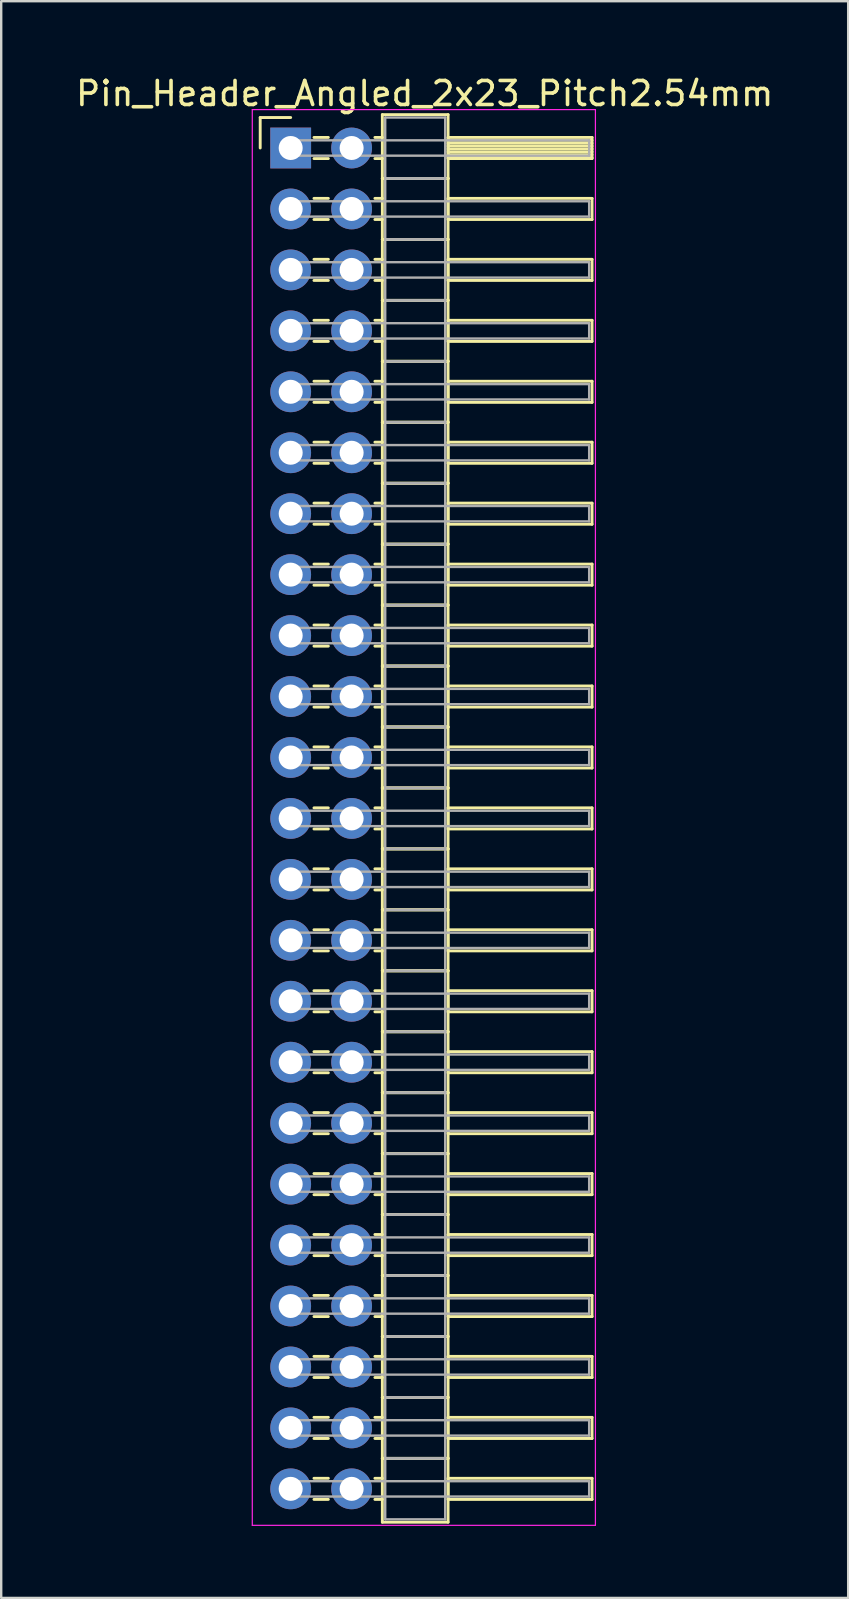
<source format=kicad_pcb>
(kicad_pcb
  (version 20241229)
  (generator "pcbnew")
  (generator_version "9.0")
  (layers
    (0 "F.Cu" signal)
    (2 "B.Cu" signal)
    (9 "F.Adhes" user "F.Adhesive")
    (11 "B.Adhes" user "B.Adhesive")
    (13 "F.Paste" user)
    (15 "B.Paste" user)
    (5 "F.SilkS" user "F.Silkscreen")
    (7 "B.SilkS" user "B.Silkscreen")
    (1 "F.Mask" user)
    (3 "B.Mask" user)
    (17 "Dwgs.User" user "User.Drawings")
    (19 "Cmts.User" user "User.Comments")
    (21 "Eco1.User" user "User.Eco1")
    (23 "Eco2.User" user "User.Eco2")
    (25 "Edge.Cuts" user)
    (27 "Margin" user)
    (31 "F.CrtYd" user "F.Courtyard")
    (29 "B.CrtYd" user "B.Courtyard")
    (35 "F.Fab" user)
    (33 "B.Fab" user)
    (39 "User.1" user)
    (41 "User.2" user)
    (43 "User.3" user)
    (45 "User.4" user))
  (footprint "Pin_Header_Angled_2x23_Pitch2.54mm"
    (layer "F.Cu")
    (at 9.064 3.118)
    (property "Reference" "Pin_Header_Angled_2x23_Pitch2.54mm" (at 5.585 -2.27 0) (layer "F.SilkS") (effects (font (size 1 1) (thickness 0.15))))
    (attr through_hole)
    (fp_line (start -1.27 -1.27) (end 0 -1.27) (stroke (width 0.12) (type solid)) (layer "F.SilkS"))
    (fp_line (start -1.27 0) (end -1.27 -1.27) (stroke (width 0.12) (type solid)) (layer "F.SilkS"))
    (fp_line (start 0.97 -0.44) (end 1.57 -0.44) (stroke (width 0.12) (type solid)) (layer "F.SilkS"))
    (fp_line (start 0.97 0.44) (end 1.57 0.44) (stroke (width 0.12) (type solid)) (layer "F.SilkS"))
    (fp_line (start 0.97 2.1) (end 1.57 2.1) (stroke (width 0.12) (type solid)) (layer "F.SilkS"))
    (fp_line (start 0.97 2.98) (end 1.57 2.98) (stroke (width 0.12) (type solid)) (layer "F.SilkS"))
    (fp_line (start 0.97 4.64) (end 1.57 4.64) (stroke (width 0.12) (type solid)) (layer "F.SilkS"))
    (fp_line (start 0.97 5.52) (end 1.57 5.52) (stroke (width 0.12) (type solid)) (layer "F.SilkS"))
    (fp_line (start 0.97 7.18) (end 1.57 7.18) (stroke (width 0.12) (type solid)) (layer "F.SilkS"))
    (fp_line (start 0.97 8.06) (end 1.57 8.06) (stroke (width 0.12) (type solid)) (layer "F.SilkS"))
    (fp_line (start 0.97 9.72) (end 1.57 9.72) (stroke (width 0.12) (type solid)) (layer "F.SilkS"))
    (fp_line (start 0.97 10.6) (end 1.57 10.6) (stroke (width 0.12) (type solid)) (layer "F.SilkS"))
    (fp_line (start 0.97 12.26) (end 1.57 12.26) (stroke (width 0.12) (type solid)) (layer "F.SilkS"))
    (fp_line (start 0.97 13.14) (end 1.57 13.14) (stroke (width 0.12) (type solid)) (layer "F.SilkS"))
    (fp_line (start 0.97 14.8) (end 1.57 14.8) (stroke (width 0.12) (type solid)) (layer "F.SilkS"))
    (fp_line (start 0.97 15.68) (end 1.57 15.68) (stroke (width 0.12) (type solid)) (layer "F.SilkS"))
    (fp_line (start 0.97 17.34) (end 1.57 17.34) (stroke (width 0.12) (type solid)) (layer "F.SilkS"))
    (fp_line (start 0.97 18.22) (end 1.57 18.22) (stroke (width 0.12) (type solid)) (layer "F.SilkS"))
    (fp_line (start 0.97 19.88) (end 1.57 19.88) (stroke (width 0.12) (type solid)) (layer "F.SilkS"))
    (fp_line (start 0.97 20.76) (end 1.57 20.76) (stroke (width 0.12) (type solid)) (layer "F.SilkS"))
    (fp_line (start 0.97 22.42) (end 1.57 22.42) (stroke (width 0.12) (type solid)) (layer "F.SilkS"))
    (fp_line (start 0.97 23.3) (end 1.57 23.3) (stroke (width 0.12) (type solid)) (layer "F.SilkS"))
    (fp_line (start 0.97 24.96) (end 1.57 24.96) (stroke (width 0.12) (type solid)) (layer "F.SilkS"))
    (fp_line (start 0.97 25.84) (end 1.57 25.84) (stroke (width 0.12) (type solid)) (layer "F.SilkS"))
    (fp_line (start 0.97 27.5) (end 1.57 27.5) (stroke (width 0.12) (type solid)) (layer "F.SilkS"))
    (fp_line (start 0.97 28.38) (end 1.57 28.38) (stroke (width 0.12) (type solid)) (layer "F.SilkS"))
    (fp_line (start 0.97 30.04) (end 1.57 30.04) (stroke (width 0.12) (type solid)) (layer "F.SilkS"))
    (fp_line (start 0.97 30.92) (end 1.57 30.92) (stroke (width 0.12) (type solid)) (layer "F.SilkS"))
    (fp_line (start 0.97 32.58) (end 1.57 32.58) (stroke (width 0.12) (type solid)) (layer "F.SilkS"))
    (fp_line (start 0.97 33.46) (end 1.57 33.46) (stroke (width 0.12) (type solid)) (layer "F.SilkS"))
    (fp_line (start 0.97 35.12) (end 1.57 35.12) (stroke (width 0.12) (type solid)) (layer "F.SilkS"))
    (fp_line (start 0.97 36) (end 1.57 36) (stroke (width 0.12) (type solid)) (layer "F.SilkS"))
    (fp_line (start 0.97 37.66) (end 1.57 37.66) (stroke (width 0.12) (type solid)) (layer "F.SilkS"))
    (fp_line (start 0.97 38.54) (end 1.57 38.54) (stroke (width 0.12) (type solid)) (layer "F.SilkS"))
    (fp_line (start 0.97 40.2) (end 1.57 40.2) (stroke (width 0.12) (type solid)) (layer "F.SilkS"))
    (fp_line (start 0.97 41.08) (end 1.57 41.08) (stroke (width 0.12) (type solid)) (layer "F.SilkS"))
    (fp_line (start 0.97 42.74) (end 1.57 42.74) (stroke (width 0.12) (type solid)) (layer "F.SilkS"))
    (fp_line (start 0.97 43.62) (end 1.57 43.62) (stroke (width 0.12) (type solid)) (layer "F.SilkS"))
    (fp_line (start 0.97 45.28) (end 1.57 45.28) (stroke (width 0.12) (type solid)) (layer "F.SilkS"))
    (fp_line (start 0.97 46.16) (end 1.57 46.16) (stroke (width 0.12) (type solid)) (layer "F.SilkS"))
    (fp_line (start 0.97 47.82) (end 1.57 47.82) (stroke (width 0.12) (type solid)) (layer "F.SilkS"))
    (fp_line (start 0.97 48.7) (end 1.57 48.7) (stroke (width 0.12) (type solid)) (layer "F.SilkS"))
    (fp_line (start 0.97 50.36) (end 1.57 50.36) (stroke (width 0.12) (type solid)) (layer "F.SilkS"))
    (fp_line (start 0.97 51.24) (end 1.57 51.24) (stroke (width 0.12) (type solid)) (layer "F.SilkS"))
    (fp_line (start 0.97 52.9) (end 1.57 52.9) (stroke (width 0.12) (type solid)) (layer "F.SilkS"))
    (fp_line (start 0.97 53.78) (end 1.57 53.78) (stroke (width 0.12) (type solid)) (layer "F.SilkS"))
    (fp_line (start 0.97 55.44) (end 1.57 55.44) (stroke (width 0.12) (type solid)) (layer "F.SilkS"))
    (fp_line (start 0.97 56.32) (end 1.57 56.32) (stroke (width 0.12) (type solid)) (layer "F.SilkS"))
    (fp_line (start 3.51 -0.44) (end 3.82 -0.44) (stroke (width 0.12) (type solid)) (layer "F.SilkS"))
    (fp_line (start 3.51 0.44) (end 3.82 0.44) (stroke (width 0.12) (type solid)) (layer "F.SilkS"))
    (fp_line (start 3.51 2.1) (end 3.82 2.1) (stroke (width 0.12) (type solid)) (layer "F.SilkS"))
    (fp_line (start 3.51 2.98) (end 3.82 2.98) (stroke (width 0.12) (type solid)) (layer "F.SilkS"))
    (fp_line (start 3.51 4.64) (end 3.82 4.64) (stroke (width 0.12) (type solid)) (layer "F.SilkS"))
    (fp_line (start 3.51 5.52) (end 3.82 5.52) (stroke (width 0.12) (type solid)) (layer "F.SilkS"))
    (fp_line (start 3.51 7.18) (end 3.82 7.18) (stroke (width 0.12) (type solid)) (layer "F.SilkS"))
    (fp_line (start 3.51 8.06) (end 3.82 8.06) (stroke (width 0.12) (type solid)) (layer "F.SilkS"))
    (fp_line (start 3.51 9.72) (end 3.82 9.72) (stroke (width 0.12) (type solid)) (layer "F.SilkS"))
    (fp_line (start 3.51 10.6) (end 3.82 10.6) (stroke (width 0.12) (type solid)) (layer "F.SilkS"))
    (fp_line (start 3.51 12.26) (end 3.82 12.26) (stroke (width 0.12) (type solid)) (layer "F.SilkS"))
    (fp_line (start 3.51 13.14) (end 3.82 13.14) (stroke (width 0.12) (type solid)) (layer "F.SilkS"))
    (fp_line (start 3.51 14.8) (end 3.82 14.8) (stroke (width 0.12) (type solid)) (layer "F.SilkS"))
    (fp_line (start 3.51 15.68) (end 3.82 15.68) (stroke (width 0.12) (type solid)) (layer "F.SilkS"))
    (fp_line (start 3.51 17.34) (end 3.82 17.34) (stroke (width 0.12) (type solid)) (layer "F.SilkS"))
    (fp_line (start 3.51 18.22) (end 3.82 18.22) (stroke (width 0.12) (type solid)) (layer "F.SilkS"))
    (fp_line (start 3.51 19.88) (end 3.82 19.88) (stroke (width 0.12) (type solid)) (layer "F.SilkS"))
    (fp_line (start 3.51 20.76) (end 3.82 20.76) (stroke (width 0.12) (type solid)) (layer "F.SilkS"))
    (fp_line (start 3.51 22.42) (end 3.82 22.42) (stroke (width 0.12) (type solid)) (layer "F.SilkS"))
    (fp_line (start 3.51 23.3) (end 3.82 23.3) (stroke (width 0.12) (type solid)) (layer "F.SilkS"))
    (fp_line (start 3.51 24.96) (end 3.82 24.96) (stroke (width 0.12) (type solid)) (layer "F.SilkS"))
    (fp_line (start 3.51 25.84) (end 3.82 25.84) (stroke (width 0.12) (type solid)) (layer "F.SilkS"))
    (fp_line (start 3.51 27.5) (end 3.82 27.5) (stroke (width 0.12) (type solid)) (layer "F.SilkS"))
    (fp_line (start 3.51 28.38) (end 3.82 28.38) (stroke (width 0.12) (type solid)) (layer "F.SilkS"))
    (fp_line (start 3.51 30.04) (end 3.82 30.04) (stroke (width 0.12) (type solid)) (layer "F.SilkS"))
    (fp_line (start 3.51 30.92) (end 3.82 30.92) (stroke (width 0.12) (type solid)) (layer "F.SilkS"))
    (fp_line (start 3.51 32.58) (end 3.82 32.58) (stroke (width 0.12) (type solid)) (layer "F.SilkS"))
    (fp_line (start 3.51 33.46) (end 3.82 33.46) (stroke (width 0.12) (type solid)) (layer "F.SilkS"))
    (fp_line (start 3.51 35.12) (end 3.82 35.12) (stroke (width 0.12) (type solid)) (layer "F.SilkS"))
    (fp_line (start 3.51 36) (end 3.82 36) (stroke (width 0.12) (type solid)) (layer "F.SilkS"))
    (fp_line (start 3.51 37.66) (end 3.82 37.66) (stroke (width 0.12) (type solid)) (layer "F.SilkS"))
    (fp_line (start 3.51 38.54) (end 3.82 38.54) (stroke (width 0.12) (type solid)) (layer "F.SilkS"))
    (fp_line (start 3.51 40.2) (end 3.82 40.2) (stroke (width 0.12) (type solid)) (layer "F.SilkS"))
    (fp_line (start 3.51 41.08) (end 3.82 41.08) (stroke (width 0.12) (type solid)) (layer "F.SilkS"))
    (fp_line (start 3.51 42.74) (end 3.82 42.74) (stroke (width 0.12) (type solid)) (layer "F.SilkS"))
    (fp_line (start 3.51 43.62) (end 3.82 43.62) (stroke (width 0.12) (type solid)) (layer "F.SilkS"))
    (fp_line (start 3.51 45.28) (end 3.82 45.28) (stroke (width 0.12) (type solid)) (layer "F.SilkS"))
    (fp_line (start 3.51 46.16) (end 3.82 46.16) (stroke (width 0.12) (type solid)) (layer "F.SilkS"))
    (fp_line (start 3.51 47.82) (end 3.82 47.82) (stroke (width 0.12) (type solid)) (layer "F.SilkS"))
    (fp_line (start 3.51 48.7) (end 3.82 48.7) (stroke (width 0.12) (type solid)) (layer "F.SilkS"))
    (fp_line (start 3.51 50.36) (end 3.82 50.36) (stroke (width 0.12) (type solid)) (layer "F.SilkS"))
    (fp_line (start 3.51 51.24) (end 3.82 51.24) (stroke (width 0.12) (type solid)) (layer "F.SilkS"))
    (fp_line (start 3.51 52.9) (end 3.82 52.9) (stroke (width 0.12) (type solid)) (layer "F.SilkS"))
    (fp_line (start 3.51 53.78) (end 3.82 53.78) (stroke (width 0.12) (type solid)) (layer "F.SilkS"))
    (fp_line (start 3.51 55.44) (end 3.82 55.44) (stroke (width 0.12) (type solid)) (layer "F.SilkS"))
    (fp_line (start 3.51 56.32) (end 3.82 56.32) (stroke (width 0.12) (type solid)) (layer "F.SilkS"))
    (fp_line (start 3.82 -1.39) (end 3.82 1.27) (stroke (width 0.12) (type solid)) (layer "F.SilkS"))
    (fp_line (start 3.82 1.27) (end 3.82 3.81) (stroke (width 0.12) (type solid)) (layer "F.SilkS"))
    (fp_line (start 3.82 1.27) (end 6.56 1.27) (stroke (width 0.12) (type solid)) (layer "F.SilkS"))
    (fp_line (start 3.82 3.81) (end 3.82 6.35) (stroke (width 0.12) (type solid)) (layer "F.SilkS"))
    (fp_line (start 3.82 3.81) (end 6.56 3.81) (stroke (width 0.12) (type solid)) (layer "F.SilkS"))
    (fp_line (start 3.82 6.35) (end 3.82 8.89) (stroke (width 0.12) (type solid)) (layer "F.SilkS"))
    (fp_line (start 3.82 6.35) (end 6.56 6.35) (stroke (width 0.12) (type solid)) (layer "F.SilkS"))
    (fp_line (start 3.82 8.89) (end 3.82 11.43) (stroke (width 0.12) (type solid)) (layer "F.SilkS"))
    (fp_line (start 3.82 8.89) (end 6.56 8.89) (stroke (width 0.12) (type solid)) (layer "F.SilkS"))
    (fp_line (start 3.82 11.43) (end 3.82 13.97) (stroke (width 0.12) (type solid)) (layer "F.SilkS"))
    (fp_line (start 3.82 11.43) (end 6.56 11.43) (stroke (width 0.12) (type solid)) (layer "F.SilkS"))
    (fp_line (start 3.82 13.97) (end 3.82 16.51) (stroke (width 0.12) (type solid)) (layer "F.SilkS"))
    (fp_line (start 3.82 13.97) (end 6.56 13.97) (stroke (width 0.12) (type solid)) (layer "F.SilkS"))
    (fp_line (start 3.82 16.51) (end 3.82 19.05) (stroke (width 0.12) (type solid)) (layer "F.SilkS"))
    (fp_line (start 3.82 16.51) (end 6.56 16.51) (stroke (width 0.12) (type solid)) (layer "F.SilkS"))
    (fp_line (start 3.82 19.05) (end 3.82 21.59) (stroke (width 0.12) (type solid)) (layer "F.SilkS"))
    (fp_line (start 3.82 19.05) (end 6.56 19.05) (stroke (width 0.12) (type solid)) (layer "F.SilkS"))
    (fp_line (start 3.82 21.59) (end 3.82 24.13) (stroke (width 0.12) (type solid)) (layer "F.SilkS"))
    (fp_line (start 3.82 21.59) (end 6.56 21.59) (stroke (width 0.12) (type solid)) (layer "F.SilkS"))
    (fp_line (start 3.82 24.13) (end 3.82 26.67) (stroke (width 0.12) (type solid)) (layer "F.SilkS"))
    (fp_line (start 3.82 24.13) (end 6.56 24.13) (stroke (width 0.12) (type solid)) (layer "F.SilkS"))
    (fp_line (start 3.82 26.67) (end 3.82 29.21) (stroke (width 0.12) (type solid)) (layer "F.SilkS"))
    (fp_line (start 3.82 26.67) (end 6.56 26.67) (stroke (width 0.12) (type solid)) (layer "F.SilkS"))
    (fp_line (start 3.82 29.21) (end 3.82 31.75) (stroke (width 0.12) (type solid)) (layer "F.SilkS"))
    (fp_line (start 3.82 29.21) (end 6.56 29.21) (stroke (width 0.12) (type solid)) (layer "F.SilkS"))
    (fp_line (start 3.82 31.75) (end 3.82 34.29) (stroke (width 0.12) (type solid)) (layer "F.SilkS"))
    (fp_line (start 3.82 31.75) (end 6.56 31.75) (stroke (width 0.12) (type solid)) (layer "F.SilkS"))
    (fp_line (start 3.82 34.29) (end 3.82 36.83) (stroke (width 0.12) (type solid)) (layer "F.SilkS"))
    (fp_line (start 3.82 34.29) (end 6.56 34.29) (stroke (width 0.12) (type solid)) (layer "F.SilkS"))
    (fp_line (start 3.82 36.83) (end 3.82 39.37) (stroke (width 0.12) (type solid)) (layer "F.SilkS"))
    (fp_line (start 3.82 36.83) (end 6.56 36.83) (stroke (width 0.12) (type solid)) (layer "F.SilkS"))
    (fp_line (start 3.82 39.37) (end 3.82 41.91) (stroke (width 0.12) (type solid)) (layer "F.SilkS"))
    (fp_line (start 3.82 39.37) (end 6.56 39.37) (stroke (width 0.12) (type solid)) (layer "F.SilkS"))
    (fp_line (start 3.82 41.91) (end 3.82 44.45) (stroke (width 0.12) (type solid)) (layer "F.SilkS"))
    (fp_line (start 3.82 41.91) (end 6.56 41.91) (stroke (width 0.12) (type solid)) (layer "F.SilkS"))
    (fp_line (start 3.82 44.45) (end 3.82 46.99) (stroke (width 0.12) (type solid)) (layer "F.SilkS"))
    (fp_line (start 3.82 44.45) (end 6.56 44.45) (stroke (width 0.12) (type solid)) (layer "F.SilkS"))
    (fp_line (start 3.82 46.99) (end 3.82 49.53) (stroke (width 0.12) (type solid)) (layer "F.SilkS"))
    (fp_line (start 3.82 46.99) (end 6.56 46.99) (stroke (width 0.12) (type solid)) (layer "F.SilkS"))
    (fp_line (start 3.82 49.53) (end 3.82 52.07) (stroke (width 0.12) (type solid)) (layer "F.SilkS"))
    (fp_line (start 3.82 49.53) (end 6.56 49.53) (stroke (width 0.12) (type solid)) (layer "F.SilkS"))
    (fp_line (start 3.82 52.07) (end 3.82 54.61) (stroke (width 0.12) (type solid)) (layer "F.SilkS"))
    (fp_line (start 3.82 52.07) (end 6.56 52.07) (stroke (width 0.12) (type solid)) (layer "F.SilkS"))
    (fp_line (start 3.82 54.61) (end 3.82 57.27) (stroke (width 0.12) (type solid)) (layer "F.SilkS"))
    (fp_line (start 3.82 54.61) (end 6.56 54.61) (stroke (width 0.12) (type solid)) (layer "F.SilkS"))
    (fp_line (start 3.82 57.27) (end 6.56 57.27) (stroke (width 0.12) (type solid)) (layer "F.SilkS"))
    (fp_line (start 6.56 -1.39) (end 3.82 -1.39) (stroke (width 0.12) (type solid)) (layer "F.SilkS"))
    (fp_line (start 6.56 -0.44) (end 6.56 0.44) (stroke (width 0.12) (type solid)) (layer "F.SilkS"))
    (fp_line (start 6.56 -0.32) (end 12.56 -0.32) (stroke (width 0.12) (type solid)) (layer "F.SilkS"))
    (fp_line (start 6.56 -0.2) (end 12.56 -0.2) (stroke (width 0.12) (type solid)) (layer "F.SilkS"))
    (fp_line (start 6.56 -0.08) (end 12.56 -0.08) (stroke (width 0.12) (type solid)) (layer "F.SilkS"))
    (fp_line (start 6.56 0.04) (end 12.56 0.04) (stroke (width 0.12) (type solid)) (layer "F.SilkS"))
    (fp_line (start 6.56 0.16) (end 12.56 0.16) (stroke (width 0.12) (type solid)) (layer "F.SilkS"))
    (fp_line (start 6.56 0.28) (end 12.56 0.28) (stroke (width 0.12) (type solid)) (layer "F.SilkS"))
    (fp_line (start 6.56 0.4) (end 12.56 0.4) (stroke (width 0.12) (type solid)) (layer "F.SilkS"))
    (fp_line (start 6.56 0.44) (end 12.56 0.44) (stroke (width 0.12) (type solid)) (layer "F.SilkS"))
    (fp_line (start 6.56 1.27) (end 3.82 1.27) (stroke (width 0.12) (type solid)) (layer "F.SilkS"))
    (fp_line (start 6.56 1.27) (end 6.56 -1.39) (stroke (width 0.12) (type solid)) (layer "F.SilkS"))
    (fp_line (start 6.56 2.1) (end 6.56 2.98) (stroke (width 0.12) (type solid)) (layer "F.SilkS"))
    (fp_line (start 6.56 2.98) (end 12.56 2.98) (stroke (width 0.12) (type solid)) (layer "F.SilkS"))
    (fp_line (start 6.56 3.81) (end 3.82 3.81) (stroke (width 0.12) (type solid)) (layer "F.SilkS"))
    (fp_line (start 6.56 3.81) (end 6.56 1.27) (stroke (width 0.12) (type solid)) (layer "F.SilkS"))
    (fp_line (start 6.56 4.64) (end 6.56 5.52) (stroke (width 0.12) (type solid)) (layer "F.SilkS"))
    (fp_line (start 6.56 5.52) (end 12.56 5.52) (stroke (width 0.12) (type solid)) (layer "F.SilkS"))
    (fp_line (start 6.56 6.35) (end 3.82 6.35) (stroke (width 0.12) (type solid)) (layer "F.SilkS"))
    (fp_line (start 6.56 6.35) (end 6.56 3.81) (stroke (width 0.12) (type solid)) (layer "F.SilkS"))
    (fp_line (start 6.56 7.18) (end 6.56 8.06) (stroke (width 0.12) (type solid)) (layer "F.SilkS"))
    (fp_line (start 6.56 8.06) (end 12.56 8.06) (stroke (width 0.12) (type solid)) (layer "F.SilkS"))
    (fp_line (start 6.56 8.89) (end 3.82 8.89) (stroke (width 0.12) (type solid)) (layer "F.SilkS"))
    (fp_line (start 6.56 8.89) (end 6.56 6.35) (stroke (width 0.12) (type solid)) (layer "F.SilkS"))
    (fp_line (start 6.56 9.72) (end 6.56 10.6) (stroke (width 0.12) (type solid)) (layer "F.SilkS"))
    (fp_line (start 6.56 10.6) (end 12.56 10.6) (stroke (width 0.12) (type solid)) (layer "F.SilkS"))
    (fp_line (start 6.56 11.43) (end 3.82 11.43) (stroke (width 0.12) (type solid)) (layer "F.SilkS"))
    (fp_line (start 6.56 11.43) (end 6.56 8.89) (stroke (width 0.12) (type solid)) (layer "F.SilkS"))
    (fp_line (start 6.56 12.26) (end 6.56 13.14) (stroke (width 0.12) (type solid)) (layer "F.SilkS"))
    (fp_line (start 6.56 13.14) (end 12.56 13.14) (stroke (width 0.12) (type solid)) (layer "F.SilkS"))
    (fp_line (start 6.56 13.97) (end 3.82 13.97) (stroke (width 0.12) (type solid)) (layer "F.SilkS"))
    (fp_line (start 6.56 13.97) (end 6.56 11.43) (stroke (width 0.12) (type solid)) (layer "F.SilkS"))
    (fp_line (start 6.56 14.8) (end 6.56 15.68) (stroke (width 0.12) (type solid)) (layer "F.SilkS"))
    (fp_line (start 6.56 15.68) (end 12.56 15.68) (stroke (width 0.12) (type solid)) (layer "F.SilkS"))
    (fp_line (start 6.56 16.51) (end 3.82 16.51) (stroke (width 0.12) (type solid)) (layer "F.SilkS"))
    (fp_line (start 6.56 16.51) (end 6.56 13.97) (stroke (width 0.12) (type solid)) (layer "F.SilkS"))
    (fp_line (start 6.56 17.34) (end 6.56 18.22) (stroke (width 0.12) (type solid)) (layer "F.SilkS"))
    (fp_line (start 6.56 18.22) (end 12.56 18.22) (stroke (width 0.12) (type solid)) (layer "F.SilkS"))
    (fp_line (start 6.56 19.05) (end 3.82 19.05) (stroke (width 0.12) (type solid)) (layer "F.SilkS"))
    (fp_line (start 6.56 19.05) (end 6.56 16.51) (stroke (width 0.12) (type solid)) (layer "F.SilkS"))
    (fp_line (start 6.56 19.88) (end 6.56 20.76) (stroke (width 0.12) (type solid)) (layer "F.SilkS"))
    (fp_line (start 6.56 20.76) (end 12.56 20.76) (stroke (width 0.12) (type solid)) (layer "F.SilkS"))
    (fp_line (start 6.56 21.59) (end 3.82 21.59) (stroke (width 0.12) (type solid)) (layer "F.SilkS"))
    (fp_line (start 6.56 21.59) (end 6.56 19.05) (stroke (width 0.12) (type solid)) (layer "F.SilkS"))
    (fp_line (start 6.56 22.42) (end 6.56 23.3) (stroke (width 0.12) (type solid)) (layer "F.SilkS"))
    (fp_line (start 6.56 23.3) (end 12.56 23.3) (stroke (width 0.12) (type solid)) (layer "F.SilkS"))
    (fp_line (start 6.56 24.13) (end 3.82 24.13) (stroke (width 0.12) (type solid)) (layer "F.SilkS"))
    (fp_line (start 6.56 24.13) (end 6.56 21.59) (stroke (width 0.12) (type solid)) (layer "F.SilkS"))
    (fp_line (start 6.56 24.96) (end 6.56 25.84) (stroke (width 0.12) (type solid)) (layer "F.SilkS"))
    (fp_line (start 6.56 25.84) (end 12.56 25.84) (stroke (width 0.12) (type solid)) (layer "F.SilkS"))
    (fp_line (start 6.56 26.67) (end 3.82 26.67) (stroke (width 0.12) (type solid)) (layer "F.SilkS"))
    (fp_line (start 6.56 26.67) (end 6.56 24.13) (stroke (width 0.12) (type solid)) (layer "F.SilkS"))
    (fp_line (start 6.56 27.5) (end 6.56 28.38) (stroke (width 0.12) (type solid)) (layer "F.SilkS"))
    (fp_line (start 6.56 28.38) (end 12.56 28.38) (stroke (width 0.12) (type solid)) (layer "F.SilkS"))
    (fp_line (start 6.56 29.21) (end 3.82 29.21) (stroke (width 0.12) (type solid)) (layer "F.SilkS"))
    (fp_line (start 6.56 29.21) (end 6.56 26.67) (stroke (width 0.12) (type solid)) (layer "F.SilkS"))
    (fp_line (start 6.56 30.04) (end 6.56 30.92) (stroke (width 0.12) (type solid)) (layer "F.SilkS"))
    (fp_line (start 6.56 30.92) (end 12.56 30.92) (stroke (width 0.12) (type solid)) (layer "F.SilkS"))
    (fp_line (start 6.56 31.75) (end 3.82 31.75) (stroke (width 0.12) (type solid)) (layer "F.SilkS"))
    (fp_line (start 6.56 31.75) (end 6.56 29.21) (stroke (width 0.12) (type solid)) (layer "F.SilkS"))
    (fp_line (start 6.56 32.58) (end 6.56 33.46) (stroke (width 0.12) (type solid)) (layer "F.SilkS"))
    (fp_line (start 6.56 33.46) (end 12.56 33.46) (stroke (width 0.12) (type solid)) (layer "F.SilkS"))
    (fp_line (start 6.56 34.29) (end 3.82 34.29) (stroke (width 0.12) (type solid)) (layer "F.SilkS"))
    (fp_line (start 6.56 34.29) (end 6.56 31.75) (stroke (width 0.12) (type solid)) (layer "F.SilkS"))
    (fp_line (start 6.56 35.12) (end 6.56 36) (stroke (width 0.12) (type solid)) (layer "F.SilkS"))
    (fp_line (start 6.56 36) (end 12.56 36) (stroke (width 0.12) (type solid)) (layer "F.SilkS"))
    (fp_line (start 6.56 36.83) (end 3.82 36.83) (stroke (width 0.12) (type solid)) (layer "F.SilkS"))
    (fp_line (start 6.56 36.83) (end 6.56 34.29) (stroke (width 0.12) (type solid)) (layer "F.SilkS"))
    (fp_line (start 6.56 37.66) (end 6.56 38.54) (stroke (width 0.12) (type solid)) (layer "F.SilkS"))
    (fp_line (start 6.56 38.54) (end 12.56 38.54) (stroke (width 0.12) (type solid)) (layer "F.SilkS"))
    (fp_line (start 6.56 39.37) (end 3.82 39.37) (stroke (width 0.12) (type solid)) (layer "F.SilkS"))
    (fp_line (start 6.56 39.37) (end 6.56 36.83) (stroke (width 0.12) (type solid)) (layer "F.SilkS"))
    (fp_line (start 6.56 40.2) (end 6.56 41.08) (stroke (width 0.12) (type solid)) (layer "F.SilkS"))
    (fp_line (start 6.56 41.08) (end 12.56 41.08) (stroke (width 0.12) (type solid)) (layer "F.SilkS"))
    (fp_line (start 6.56 41.91) (end 3.82 41.91) (stroke (width 0.12) (type solid)) (layer "F.SilkS"))
    (fp_line (start 6.56 41.91) (end 6.56 39.37) (stroke (width 0.12) (type solid)) (layer "F.SilkS"))
    (fp_line (start 6.56 42.74) (end 6.56 43.62) (stroke (width 0.12) (type solid)) (layer "F.SilkS"))
    (fp_line (start 6.56 43.62) (end 12.56 43.62) (stroke (width 0.12) (type solid)) (layer "F.SilkS"))
    (fp_line (start 6.56 44.45) (end 3.82 44.45) (stroke (width 0.12) (type solid)) (layer "F.SilkS"))
    (fp_line (start 6.56 44.45) (end 6.56 41.91) (stroke (width 0.12) (type solid)) (layer "F.SilkS"))
    (fp_line (start 6.56 45.28) (end 6.56 46.16) (stroke (width 0.12) (type solid)) (layer "F.SilkS"))
    (fp_line (start 6.56 46.16) (end 12.56 46.16) (stroke (width 0.12) (type solid)) (layer "F.SilkS"))
    (fp_line (start 6.56 46.99) (end 3.82 46.99) (stroke (width 0.12) (type solid)) (layer "F.SilkS"))
    (fp_line (start 6.56 46.99) (end 6.56 44.45) (stroke (width 0.12) (type solid)) (layer "F.SilkS"))
    (fp_line (start 6.56 47.82) (end 6.56 48.7) (stroke (width 0.12) (type solid)) (layer "F.SilkS"))
    (fp_line (start 6.56 48.7) (end 12.56 48.7) (stroke (width 0.12) (type solid)) (layer "F.SilkS"))
    (fp_line (start 6.56 49.53) (end 3.82 49.53) (stroke (width 0.12) (type solid)) (layer "F.SilkS"))
    (fp_line (start 6.56 49.53) (end 6.56 46.99) (stroke (width 0.12) (type solid)) (layer "F.SilkS"))
    (fp_line (start 6.56 50.36) (end 6.56 51.24) (stroke (width 0.12) (type solid)) (layer "F.SilkS"))
    (fp_line (start 6.56 51.24) (end 12.56 51.24) (stroke (width 0.12) (type solid)) (layer "F.SilkS"))
    (fp_line (start 6.56 52.07) (end 3.82 52.07) (stroke (width 0.12) (type solid)) (layer "F.SilkS"))
    (fp_line (start 6.56 52.07) (end 6.56 49.53) (stroke (width 0.12) (type solid)) (layer "F.SilkS"))
    (fp_line (start 6.56 52.9) (end 6.56 53.78) (stroke (width 0.12) (type solid)) (layer "F.SilkS"))
    (fp_line (start 6.56 53.78) (end 12.56 53.78) (stroke (width 0.12) (type solid)) (layer "F.SilkS"))
    (fp_line (start 6.56 54.61) (end 3.82 54.61) (stroke (width 0.12) (type solid)) (layer "F.SilkS"))
    (fp_line (start 6.56 54.61) (end 6.56 52.07) (stroke (width 0.12) (type solid)) (layer "F.SilkS"))
    (fp_line (start 6.56 55.44) (end 6.56 56.32) (stroke (width 0.12) (type solid)) (layer "F.SilkS"))
    (fp_line (start 6.56 56.32) (end 12.56 56.32) (stroke (width 0.12) (type solid)) (layer "F.SilkS"))
    (fp_line (start 6.56 57.27) (end 6.56 54.61) (stroke (width 0.12) (type solid)) (layer "F.SilkS"))
    (fp_line (start 12.56 -0.44) (end 6.56 -0.44) (stroke (width 0.12) (type solid)) (layer "F.SilkS"))
    (fp_line (start 12.56 0.44) (end 12.56 -0.44) (stroke (width 0.12) (type solid)) (layer "F.SilkS"))
    (fp_line (start 12.56 2.1) (end 6.56 2.1) (stroke (width 0.12) (type solid)) (layer "F.SilkS"))
    (fp_line (start 12.56 2.98) (end 12.56 2.1) (stroke (width 0.12) (type solid)) (layer "F.SilkS"))
    (fp_line (start 12.56 4.64) (end 6.56 4.64) (stroke (width 0.12) (type solid)) (layer "F.SilkS"))
    (fp_line (start 12.56 5.52) (end 12.56 4.64) (stroke (width 0.12) (type solid)) (layer "F.SilkS"))
    (fp_line (start 12.56 7.18) (end 6.56 7.18) (stroke (width 0.12) (type solid)) (layer "F.SilkS"))
    (fp_line (start 12.56 8.06) (end 12.56 7.18) (stroke (width 0.12) (type solid)) (layer "F.SilkS"))
    (fp_line (start 12.56 9.72) (end 6.56 9.72) (stroke (width 0.12) (type solid)) (layer "F.SilkS"))
    (fp_line (start 12.56 10.6) (end 12.56 9.72) (stroke (width 0.12) (type solid)) (layer "F.SilkS"))
    (fp_line (start 12.56 12.26) (end 6.56 12.26) (stroke (width 0.12) (type solid)) (layer "F.SilkS"))
    (fp_line (start 12.56 13.14) (end 12.56 12.26) (stroke (width 0.12) (type solid)) (layer "F.SilkS"))
    (fp_line (start 12.56 14.8) (end 6.56 14.8) (stroke (width 0.12) (type solid)) (layer "F.SilkS"))
    (fp_line (start 12.56 15.68) (end 12.56 14.8) (stroke (width 0.12) (type solid)) (layer "F.SilkS"))
    (fp_line (start 12.56 17.34) (end 6.56 17.34) (stroke (width 0.12) (type solid)) (layer "F.SilkS"))
    (fp_line (start 12.56 18.22) (end 12.56 17.34) (stroke (width 0.12) (type solid)) (layer "F.SilkS"))
    (fp_line (start 12.56 19.88) (end 6.56 19.88) (stroke (width 0.12) (type solid)) (layer "F.SilkS"))
    (fp_line (start 12.56 20.76) (end 12.56 19.88) (stroke (width 0.12) (type solid)) (layer "F.SilkS"))
    (fp_line (start 12.56 22.42) (end 6.56 22.42) (stroke (width 0.12) (type solid)) (layer "F.SilkS"))
    (fp_line (start 12.56 23.3) (end 12.56 22.42) (stroke (width 0.12) (type solid)) (layer "F.SilkS"))
    (fp_line (start 12.56 24.96) (end 6.56 24.96) (stroke (width 0.12) (type solid)) (layer "F.SilkS"))
    (fp_line (start 12.56 25.84) (end 12.56 24.96) (stroke (width 0.12) (type solid)) (layer "F.SilkS"))
    (fp_line (start 12.56 27.5) (end 6.56 27.5) (stroke (width 0.12) (type solid)) (layer "F.SilkS"))
    (fp_line (start 12.56 28.38) (end 12.56 27.5) (stroke (width 0.12) (type solid)) (layer "F.SilkS"))
    (fp_line (start 12.56 30.04) (end 6.56 30.04) (stroke (width 0.12) (type solid)) (layer "F.SilkS"))
    (fp_line (start 12.56 30.92) (end 12.56 30.04) (stroke (width 0.12) (type solid)) (layer "F.SilkS"))
    (fp_line (start 12.56 32.58) (end 6.56 32.58) (stroke (width 0.12) (type solid)) (layer "F.SilkS"))
    (fp_line (start 12.56 33.46) (end 12.56 32.58) (stroke (width 0.12) (type solid)) (layer "F.SilkS"))
    (fp_line (start 12.56 35.12) (end 6.56 35.12) (stroke (width 0.12) (type solid)) (layer "F.SilkS"))
    (fp_line (start 12.56 36) (end 12.56 35.12) (stroke (width 0.12) (type solid)) (layer "F.SilkS"))
    (fp_line (start 12.56 37.66) (end 6.56 37.66) (stroke (width 0.12) (type solid)) (layer "F.SilkS"))
    (fp_line (start 12.56 38.54) (end 12.56 37.66) (stroke (width 0.12) (type solid)) (layer "F.SilkS"))
    (fp_line (start 12.56 40.2) (end 6.56 40.2) (stroke (width 0.12) (type solid)) (layer "F.SilkS"))
    (fp_line (start 12.56 41.08) (end 12.56 40.2) (stroke (width 0.12) (type solid)) (layer "F.SilkS"))
    (fp_line (start 12.56 42.74) (end 6.56 42.74) (stroke (width 0.12) (type solid)) (layer "F.SilkS"))
    (fp_line (start 12.56 43.62) (end 12.56 42.74) (stroke (width 0.12) (type solid)) (layer "F.SilkS"))
    (fp_line (start 12.56 45.28) (end 6.56 45.28) (stroke (width 0.12) (type solid)) (layer "F.SilkS"))
    (fp_line (start 12.56 46.16) (end 12.56 45.28) (stroke (width 0.12) (type solid)) (layer "F.SilkS"))
    (fp_line (start 12.56 47.82) (end 6.56 47.82) (stroke (width 0.12) (type solid)) (layer "F.SilkS"))
    (fp_line (start 12.56 48.7) (end 12.56 47.82) (stroke (width 0.12) (type solid)) (layer "F.SilkS"))
    (fp_line (start 12.56 50.36) (end 6.56 50.36) (stroke (width 0.12) (type solid)) (layer "F.SilkS"))
    (fp_line (start 12.56 51.24) (end 12.56 50.36) (stroke (width 0.12) (type solid)) (layer "F.SilkS"))
    (fp_line (start 12.56 52.9) (end 6.56 52.9) (stroke (width 0.12) (type solid)) (layer "F.SilkS"))
    (fp_line (start 12.56 53.78) (end 12.56 52.9) (stroke (width 0.12) (type solid)) (layer "F.SilkS"))
    (fp_line (start 12.56 55.44) (end 6.56 55.44) (stroke (width 0.12) (type solid)) (layer "F.SilkS"))
    (fp_line (start 12.56 56.32) (end 12.56 55.44) (stroke (width 0.12) (type solid)) (layer "F.SilkS"))
    (fp_line (start -1.6 -1.6) (end -1.6 57.4) (stroke (width 0.05) (type solid)) (layer "F.CrtYd"))
    (fp_line (start -1.6 57.4) (end 12.7 57.4) (stroke (width 0.05) (type solid)) (layer "F.CrtYd"))
    (fp_line (start 12.7 -1.6) (end -1.6 -1.6) (stroke (width 0.05) (type solid)) (layer "F.CrtYd"))
    (fp_line (start 12.7 57.4) (end 12.7 -1.6) (stroke (width 0.05) (type solid)) (layer "F.CrtYd"))
    (fp_line (start 0 -0.32) (end 0 0.32) (stroke (width 0.1) (type solid)) (layer "F.Fab"))
    (fp_line (start 0 0.32) (end 12.44 0.32) (stroke (width 0.1) (type solid)) (layer "F.Fab"))
    (fp_line (start 0 2.22) (end 0 2.86) (stroke (width 0.1) (type solid)) (layer "F.Fab"))
    (fp_line (start 0 2.86) (end 12.44 2.86) (stroke (width 0.1) (type solid)) (layer "F.Fab"))
    (fp_line (start 0 4.76) (end 0 5.4) (stroke (width 0.1) (type solid)) (layer "F.Fab"))
    (fp_line (start 0 5.4) (end 12.44 5.4) (stroke (width 0.1) (type solid)) (layer "F.Fab"))
    (fp_line (start 0 7.3) (end 0 7.94) (stroke (width 0.1) (type solid)) (layer "F.Fab"))
    (fp_line (start 0 7.94) (end 12.44 7.94) (stroke (width 0.1) (type solid)) (layer "F.Fab"))
    (fp_line (start 0 9.84) (end 0 10.48) (stroke (width 0.1) (type solid)) (layer "F.Fab"))
    (fp_line (start 0 10.48) (end 12.44 10.48) (stroke (width 0.1) (type solid)) (layer "F.Fab"))
    (fp_line (start 0 12.38) (end 0 13.02) (stroke (width 0.1) (type solid)) (layer "F.Fab"))
    (fp_line (start 0 13.02) (end 12.44 13.02) (stroke (width 0.1) (type solid)) (layer "F.Fab"))
    (fp_line (start 0 14.92) (end 0 15.56) (stroke (width 0.1) (type solid)) (layer "F.Fab"))
    (fp_line (start 0 15.56) (end 12.44 15.56) (stroke (width 0.1) (type solid)) (layer "F.Fab"))
    (fp_line (start 0 17.46) (end 0 18.1) (stroke (width 0.1) (type solid)) (layer "F.Fab"))
    (fp_line (start 0 18.1) (end 12.44 18.1) (stroke (width 0.1) (type solid)) (layer "F.Fab"))
    (fp_line (start 0 20) (end 0 20.64) (stroke (width 0.1) (type solid)) (layer "F.Fab"))
    (fp_line (start 0 20.64) (end 12.44 20.64) (stroke (width 0.1) (type solid)) (layer "F.Fab"))
    (fp_line (start 0 22.54) (end 0 23.18) (stroke (width 0.1) (type solid)) (layer "F.Fab"))
    (fp_line (start 0 23.18) (end 12.44 23.18) (stroke (width 0.1) (type solid)) (layer "F.Fab"))
    (fp_line (start 0 25.08) (end 0 25.72) (stroke (width 0.1) (type solid)) (layer "F.Fab"))
    (fp_line (start 0 25.72) (end 12.44 25.72) (stroke (width 0.1) (type solid)) (layer "F.Fab"))
    (fp_line (start 0 27.62) (end 0 28.26) (stroke (width 0.1) (type solid)) (layer "F.Fab"))
    (fp_line (start 0 28.26) (end 12.44 28.26) (stroke (width 0.1) (type solid)) (layer "F.Fab"))
    (fp_line (start 0 30.16) (end 0 30.8) (stroke (width 0.1) (type solid)) (layer "F.Fab"))
    (fp_line (start 0 30.8) (end 12.44 30.8) (stroke (width 0.1) (type solid)) (layer "F.Fab"))
    (fp_line (start 0 32.7) (end 0 33.34) (stroke (width 0.1) (type solid)) (layer "F.Fab"))
    (fp_line (start 0 33.34) (end 12.44 33.34) (stroke (width 0.1) (type solid)) (layer "F.Fab"))
    (fp_line (start 0 35.24) (end 0 35.88) (stroke (width 0.1) (type solid)) (layer "F.Fab"))
    (fp_line (start 0 35.88) (end 12.44 35.88) (stroke (width 0.1) (type solid)) (layer "F.Fab"))
    (fp_line (start 0 37.78) (end 0 38.42) (stroke (width 0.1) (type solid)) (layer "F.Fab"))
    (fp_line (start 0 38.42) (end 12.44 38.42) (stroke (width 0.1) (type solid)) (layer "F.Fab"))
    (fp_line (start 0 40.32) (end 0 40.96) (stroke (width 0.1) (type solid)) (layer "F.Fab"))
    (fp_line (start 0 40.96) (end 12.44 40.96) (stroke (width 0.1) (type solid)) (layer "F.Fab"))
    (fp_line (start 0 42.86) (end 0 43.5) (stroke (width 0.1) (type solid)) (layer "F.Fab"))
    (fp_line (start 0 43.5) (end 12.44 43.5) (stroke (width 0.1) (type solid)) (layer "F.Fab"))
    (fp_line (start 0 45.4) (end 0 46.04) (stroke (width 0.1) (type solid)) (layer "F.Fab"))
    (fp_line (start 0 46.04) (end 12.44 46.04) (stroke (width 0.1) (type solid)) (layer "F.Fab"))
    (fp_line (start 0 47.94) (end 0 48.58) (stroke (width 0.1) (type solid)) (layer "F.Fab"))
    (fp_line (start 0 48.58) (end 12.44 48.58) (stroke (width 0.1) (type solid)) (layer "F.Fab"))
    (fp_line (start 0 50.48) (end 0 51.12) (stroke (width 0.1) (type solid)) (layer "F.Fab"))
    (fp_line (start 0 51.12) (end 12.44 51.12) (stroke (width 0.1) (type solid)) (layer "F.Fab"))
    (fp_line (start 0 53.02) (end 0 53.66) (stroke (width 0.1) (type solid)) (layer "F.Fab"))
    (fp_line (start 0 53.66) (end 12.44 53.66) (stroke (width 0.1) (type solid)) (layer "F.Fab"))
    (fp_line (start 0 55.56) (end 0 56.2) (stroke (width 0.1) (type solid)) (layer "F.Fab"))
    (fp_line (start 0 56.2) (end 12.44 56.2) (stroke (width 0.1) (type solid)) (layer "F.Fab"))
    (fp_line (start 3.94 -1.27) (end 3.94 1.27) (stroke (width 0.1) (type solid)) (layer "F.Fab"))
    (fp_line (start 3.94 1.27) (end 3.94 3.81) (stroke (width 0.1) (type solid)) (layer "F.Fab"))
    (fp_line (start 3.94 1.27) (end 6.44 1.27) (stroke (width 0.1) (type solid)) (layer "F.Fab"))
    (fp_line (start 3.94 3.81) (end 3.94 6.35) (stroke (width 0.1) (type solid)) (layer "F.Fab"))
    (fp_line (start 3.94 3.81) (end 6.44 3.81) (stroke (width 0.1) (type solid)) (layer "F.Fab"))
    (fp_line (start 3.94 6.35) (end 3.94 8.89) (stroke (width 0.1) (type solid)) (layer "F.Fab"))
    (fp_line (start 3.94 6.35) (end 6.44 6.35) (stroke (width 0.1) (type solid)) (layer "F.Fab"))
    (fp_line (start 3.94 8.89) (end 3.94 11.43) (stroke (width 0.1) (type solid)) (layer "F.Fab"))
    (fp_line (start 3.94 8.89) (end 6.44 8.89) (stroke (width 0.1) (type solid)) (layer "F.Fab"))
    (fp_line (start 3.94 11.43) (end 3.94 13.97) (stroke (width 0.1) (type solid)) (layer "F.Fab"))
    (fp_line (start 3.94 11.43) (end 6.44 11.43) (stroke (width 0.1) (type solid)) (layer "F.Fab"))
    (fp_line (start 3.94 13.97) (end 3.94 16.51) (stroke (width 0.1) (type solid)) (layer "F.Fab"))
    (fp_line (start 3.94 13.97) (end 6.44 13.97) (stroke (width 0.1) (type solid)) (layer "F.Fab"))
    (fp_line (start 3.94 16.51) (end 3.94 19.05) (stroke (width 0.1) (type solid)) (layer "F.Fab"))
    (fp_line (start 3.94 16.51) (end 6.44 16.51) (stroke (width 0.1) (type solid)) (layer "F.Fab"))
    (fp_line (start 3.94 19.05) (end 3.94 21.59) (stroke (width 0.1) (type solid)) (layer "F.Fab"))
    (fp_line (start 3.94 19.05) (end 6.44 19.05) (stroke (width 0.1) (type solid)) (layer "F.Fab"))
    (fp_line (start 3.94 21.59) (end 3.94 24.13) (stroke (width 0.1) (type solid)) (layer "F.Fab"))
    (fp_line (start 3.94 21.59) (end 6.44 21.59) (stroke (width 0.1) (type solid)) (layer "F.Fab"))
    (fp_line (start 3.94 24.13) (end 3.94 26.67) (stroke (width 0.1) (type solid)) (layer "F.Fab"))
    (fp_line (start 3.94 24.13) (end 6.44 24.13) (stroke (width 0.1) (type solid)) (layer "F.Fab"))
    (fp_line (start 3.94 26.67) (end 3.94 29.21) (stroke (width 0.1) (type solid)) (layer "F.Fab"))
    (fp_line (start 3.94 26.67) (end 6.44 26.67) (stroke (width 0.1) (type solid)) (layer "F.Fab"))
    (fp_line (start 3.94 29.21) (end 3.94 31.75) (stroke (width 0.1) (type solid)) (layer "F.Fab"))
    (fp_line (start 3.94 29.21) (end 6.44 29.21) (stroke (width 0.1) (type solid)) (layer "F.Fab"))
    (fp_line (start 3.94 31.75) (end 3.94 34.29) (stroke (width 0.1) (type solid)) (layer "F.Fab"))
    (fp_line (start 3.94 31.75) (end 6.44 31.75) (stroke (width 0.1) (type solid)) (layer "F.Fab"))
    (fp_line (start 3.94 34.29) (end 3.94 36.83) (stroke (width 0.1) (type solid)) (layer "F.Fab"))
    (fp_line (start 3.94 34.29) (end 6.44 34.29) (stroke (width 0.1) (type solid)) (layer "F.Fab"))
    (fp_line (start 3.94 36.83) (end 3.94 39.37) (stroke (width 0.1) (type solid)) (layer "F.Fab"))
    (fp_line (start 3.94 36.83) (end 6.44 36.83) (stroke (width 0.1) (type solid)) (layer "F.Fab"))
    (fp_line (start 3.94 39.37) (end 3.94 41.91) (stroke (width 0.1) (type solid)) (layer "F.Fab"))
    (fp_line (start 3.94 39.37) (end 6.44 39.37) (stroke (width 0.1) (type solid)) (layer "F.Fab"))
    (fp_line (start 3.94 41.91) (end 3.94 44.45) (stroke (width 0.1) (type solid)) (layer "F.Fab"))
    (fp_line (start 3.94 41.91) (end 6.44 41.91) (stroke (width 0.1) (type solid)) (layer "F.Fab"))
    (fp_line (start 3.94 44.45) (end 3.94 46.99) (stroke (width 0.1) (type solid)) (layer "F.Fab"))
    (fp_line (start 3.94 44.45) (end 6.44 44.45) (stroke (width 0.1) (type solid)) (layer "F.Fab"))
    (fp_line (start 3.94 46.99) (end 3.94 49.53) (stroke (width 0.1) (type solid)) (layer "F.Fab"))
    (fp_line (start 3.94 46.99) (end 6.44 46.99) (stroke (width 0.1) (type solid)) (layer "F.Fab"))
    (fp_line (start 3.94 49.53) (end 3.94 52.07) (stroke (width 0.1) (type solid)) (layer "F.Fab"))
    (fp_line (start 3.94 49.53) (end 6.44 49.53) (stroke (width 0.1) (type solid)) (layer "F.Fab"))
    (fp_line (start 3.94 52.07) (end 3.94 54.61) (stroke (width 0.1) (type solid)) (layer "F.Fab"))
    (fp_line (start 3.94 52.07) (end 6.44 52.07) (stroke (width 0.1) (type solid)) (layer "F.Fab"))
    (fp_line (start 3.94 54.61) (end 3.94 57.15) (stroke (width 0.1) (type solid)) (layer "F.Fab"))
    (fp_line (start 3.94 54.61) (end 6.44 54.61) (stroke (width 0.1) (type solid)) (layer "F.Fab"))
    (fp_line (start 3.94 57.15) (end 6.44 57.15) (stroke (width 0.1) (type solid)) (layer "F.Fab"))
    (fp_line (start 6.44 -1.27) (end 3.94 -1.27) (stroke (width 0.1) (type solid)) (layer "F.Fab"))
    (fp_line (start 6.44 1.27) (end 3.94 1.27) (stroke (width 0.1) (type solid)) (layer "F.Fab"))
    (fp_line (start 6.44 1.27) (end 6.44 -1.27) (stroke (width 0.1) (type solid)) (layer "F.Fab"))
    (fp_line (start 6.44 3.81) (end 3.94 3.81) (stroke (width 0.1) (type solid)) (layer "F.Fab"))
    (fp_line (start 6.44 3.81) (end 6.44 1.27) (stroke (width 0.1) (type solid)) (layer "F.Fab"))
    (fp_line (start 6.44 6.35) (end 3.94 6.35) (stroke (width 0.1) (type solid)) (layer "F.Fab"))
    (fp_line (start 6.44 6.35) (end 6.44 3.81) (stroke (width 0.1) (type solid)) (layer "F.Fab"))
    (fp_line (start 6.44 8.89) (end 3.94 8.89) (stroke (width 0.1) (type solid)) (layer "F.Fab"))
    (fp_line (start 6.44 8.89) (end 6.44 6.35) (stroke (width 0.1) (type solid)) (layer "F.Fab"))
    (fp_line (start 6.44 11.43) (end 3.94 11.43) (stroke (width 0.1) (type solid)) (layer "F.Fab"))
    (fp_line (start 6.44 11.43) (end 6.44 8.89) (stroke (width 0.1) (type solid)) (layer "F.Fab"))
    (fp_line (start 6.44 13.97) (end 3.94 13.97) (stroke (width 0.1) (type solid)) (layer "F.Fab"))
    (fp_line (start 6.44 13.97) (end 6.44 11.43) (stroke (width 0.1) (type solid)) (layer "F.Fab"))
    (fp_line (start 6.44 16.51) (end 3.94 16.51) (stroke (width 0.1) (type solid)) (layer "F.Fab"))
    (fp_line (start 6.44 16.51) (end 6.44 13.97) (stroke (width 0.1) (type solid)) (layer "F.Fab"))
    (fp_line (start 6.44 19.05) (end 3.94 19.05) (stroke (width 0.1) (type solid)) (layer "F.Fab"))
    (fp_line (start 6.44 19.05) (end 6.44 16.51) (stroke (width 0.1) (type solid)) (layer "F.Fab"))
    (fp_line (start 6.44 21.59) (end 3.94 21.59) (stroke (width 0.1) (type solid)) (layer "F.Fab"))
    (fp_line (start 6.44 21.59) (end 6.44 19.05) (stroke (width 0.1) (type solid)) (layer "F.Fab"))
    (fp_line (start 6.44 24.13) (end 3.94 24.13) (stroke (width 0.1) (type solid)) (layer "F.Fab"))
    (fp_line (start 6.44 24.13) (end 6.44 21.59) (stroke (width 0.1) (type solid)) (layer "F.Fab"))
    (fp_line (start 6.44 26.67) (end 3.94 26.67) (stroke (width 0.1) (type solid)) (layer "F.Fab"))
    (fp_line (start 6.44 26.67) (end 6.44 24.13) (stroke (width 0.1) (type solid)) (layer "F.Fab"))
    (fp_line (start 6.44 29.21) (end 3.94 29.21) (stroke (width 0.1) (type solid)) (layer "F.Fab"))
    (fp_line (start 6.44 29.21) (end 6.44 26.67) (stroke (width 0.1) (type solid)) (layer "F.Fab"))
    (fp_line (start 6.44 31.75) (end 3.94 31.75) (stroke (width 0.1) (type solid)) (layer "F.Fab"))
    (fp_line (start 6.44 31.75) (end 6.44 29.21) (stroke (width 0.1) (type solid)) (layer "F.Fab"))
    (fp_line (start 6.44 34.29) (end 3.94 34.29) (stroke (width 0.1) (type solid)) (layer "F.Fab"))
    (fp_line (start 6.44 34.29) (end 6.44 31.75) (stroke (width 0.1) (type solid)) (layer "F.Fab"))
    (fp_line (start 6.44 36.83) (end 3.94 36.83) (stroke (width 0.1) (type solid)) (layer "F.Fab"))
    (fp_line (start 6.44 36.83) (end 6.44 34.29) (stroke (width 0.1) (type solid)) (layer "F.Fab"))
    (fp_line (start 6.44 39.37) (end 3.94 39.37) (stroke (width 0.1) (type solid)) (layer "F.Fab"))
    (fp_line (start 6.44 39.37) (end 6.44 36.83) (stroke (width 0.1) (type solid)) (layer "F.Fab"))
    (fp_line (start 6.44 41.91) (end 3.94 41.91) (stroke (width 0.1) (type solid)) (layer "F.Fab"))
    (fp_line (start 6.44 41.91) (end 6.44 39.37) (stroke (width 0.1) (type solid)) (layer "F.Fab"))
    (fp_line (start 6.44 44.45) (end 3.94 44.45) (stroke (width 0.1) (type solid)) (layer "F.Fab"))
    (fp_line (start 6.44 44.45) (end 6.44 41.91) (stroke (width 0.1) (type solid)) (layer "F.Fab"))
    (fp_line (start 6.44 46.99) (end 3.94 46.99) (stroke (width 0.1) (type solid)) (layer "F.Fab"))
    (fp_line (start 6.44 46.99) (end 6.44 44.45) (stroke (width 0.1) (type solid)) (layer "F.Fab"))
    (fp_line (start 6.44 49.53) (end 3.94 49.53) (stroke (width 0.1) (type solid)) (layer "F.Fab"))
    (fp_line (start 6.44 49.53) (end 6.44 46.99) (stroke (width 0.1) (type solid)) (layer "F.Fab"))
    (fp_line (start 6.44 52.07) (end 3.94 52.07) (stroke (width 0.1) (type solid)) (layer "F.Fab"))
    (fp_line (start 6.44 52.07) (end 6.44 49.53) (stroke (width 0.1) (type solid)) (layer "F.Fab"))
    (fp_line (start 6.44 54.61) (end 3.94 54.61) (stroke (width 0.1) (type solid)) (layer "F.Fab"))
    (fp_line (start 6.44 54.61) (end 6.44 52.07) (stroke (width 0.1) (type solid)) (layer "F.Fab"))
    (fp_line (start 6.44 57.15) (end 6.44 54.61) (stroke (width 0.1) (type solid)) (layer "F.Fab"))
    (fp_line (start 12.44 -0.32) (end 0 -0.32) (stroke (width 0.1) (type solid)) (layer "F.Fab"))
    (fp_line (start 12.44 0.32) (end 12.44 -0.32) (stroke (width 0.1) (type solid)) (layer "F.Fab"))
    (fp_line (start 12.44 2.22) (end 0 2.22) (stroke (width 0.1) (type solid)) (layer "F.Fab"))
    (fp_line (start 12.44 2.86) (end 12.44 2.22) (stroke (width 0.1) (type solid)) (layer "F.Fab"))
    (fp_line (start 12.44 4.76) (end 0 4.76) (stroke (width 0.1) (type solid)) (layer "F.Fab"))
    (fp_line (start 12.44 5.4) (end 12.44 4.76) (stroke (width 0.1) (type solid)) (layer "F.Fab"))
    (fp_line (start 12.44 7.3) (end 0 7.3) (stroke (width 0.1) (type solid)) (layer "F.Fab"))
    (fp_line (start 12.44 7.94) (end 12.44 7.3) (stroke (width 0.1) (type solid)) (layer "F.Fab"))
    (fp_line (start 12.44 9.84) (end 0 9.84) (stroke (width 0.1) (type solid)) (layer "F.Fab"))
    (fp_line (start 12.44 10.48) (end 12.44 9.84) (stroke (width 0.1) (type solid)) (layer "F.Fab"))
    (fp_line (start 12.44 12.38) (end 0 12.38) (stroke (width 0.1) (type solid)) (layer "F.Fab"))
    (fp_line (start 12.44 13.02) (end 12.44 12.38) (stroke (width 0.1) (type solid)) (layer "F.Fab"))
    (fp_line (start 12.44 14.92) (end 0 14.92) (stroke (width 0.1) (type solid)) (layer "F.Fab"))
    (fp_line (start 12.44 15.56) (end 12.44 14.92) (stroke (width 0.1) (type solid)) (layer "F.Fab"))
    (fp_line (start 12.44 17.46) (end 0 17.46) (stroke (width 0.1) (type solid)) (layer "F.Fab"))
    (fp_line (start 12.44 18.1) (end 12.44 17.46) (stroke (width 0.1) (type solid)) (layer "F.Fab"))
    (fp_line (start 12.44 20) (end 0 20) (stroke (width 0.1) (type solid)) (layer "F.Fab"))
    (fp_line (start 12.44 20.64) (end 12.44 20) (stroke (width 0.1) (type solid)) (layer "F.Fab"))
    (fp_line (start 12.44 22.54) (end 0 22.54) (stroke (width 0.1) (type solid)) (layer "F.Fab"))
    (fp_line (start 12.44 23.18) (end 12.44 22.54) (stroke (width 0.1) (type solid)) (layer "F.Fab"))
    (fp_line (start 12.44 25.08) (end 0 25.08) (stroke (width 0.1) (type solid)) (layer "F.Fab"))
    (fp_line (start 12.44 25.72) (end 12.44 25.08) (stroke (width 0.1) (type solid)) (layer "F.Fab"))
    (fp_line (start 12.44 27.62) (end 0 27.62) (stroke (width 0.1) (type solid)) (layer "F.Fab"))
    (fp_line (start 12.44 28.26) (end 12.44 27.62) (stroke (width 0.1) (type solid)) (layer "F.Fab"))
    (fp_line (start 12.44 30.16) (end 0 30.16) (stroke (width 0.1) (type solid)) (layer "F.Fab"))
    (fp_line (start 12.44 30.8) (end 12.44 30.16) (stroke (width 0.1) (type solid)) (layer "F.Fab"))
    (fp_line (start 12.44 32.7) (end 0 32.7) (stroke (width 0.1) (type solid)) (layer "F.Fab"))
    (fp_line (start 12.44 33.34) (end 12.44 32.7) (stroke (width 0.1) (type solid)) (layer "F.Fab"))
    (fp_line (start 12.44 35.24) (end 0 35.24) (stroke (width 0.1) (type solid)) (layer "F.Fab"))
    (fp_line (start 12.44 35.88) (end 12.44 35.24) (stroke (width 0.1) (type solid)) (layer "F.Fab"))
    (fp_line (start 12.44 37.78) (end 0 37.78) (stroke (width 0.1) (type solid)) (layer "F.Fab"))
    (fp_line (start 12.44 38.42) (end 12.44 37.78) (stroke (width 0.1) (type solid)) (layer "F.Fab"))
    (fp_line (start 12.44 40.32) (end 0 40.32) (stroke (width 0.1) (type solid)) (layer "F.Fab"))
    (fp_line (start 12.44 40.96) (end 12.44 40.32) (stroke (width 0.1) (type solid)) (layer "F.Fab"))
    (fp_line (start 12.44 42.86) (end 0 42.86) (stroke (width 0.1) (type solid)) (layer "F.Fab"))
    (fp_line (start 12.44 43.5) (end 12.44 42.86) (stroke (width 0.1) (type solid)) (layer "F.Fab"))
    (fp_line (start 12.44 45.4) (end 0 45.4) (stroke (width 0.1) (type solid)) (layer "F.Fab"))
    (fp_line (start 12.44 46.04) (end 12.44 45.4) (stroke (width 0.1) (type solid)) (layer "F.Fab"))
    (fp_line (start 12.44 47.94) (end 0 47.94) (stroke (width 0.1) (type solid)) (layer "F.Fab"))
    (fp_line (start 12.44 48.58) (end 12.44 47.94) (stroke (width 0.1) (type solid)) (layer "F.Fab"))
    (fp_line (start 12.44 50.48) (end 0 50.48) (stroke (width 0.1) (type solid)) (layer "F.Fab"))
    (fp_line (start 12.44 51.12) (end 12.44 50.48) (stroke (width 0.1) (type solid)) (layer "F.Fab"))
    (fp_line (start 12.44 53.02) (end 0 53.02) (stroke (width 0.1) (type solid)) (layer "F.Fab"))
    (fp_line (start 12.44 53.66) (end 12.44 53.02) (stroke (width 0.1) (type solid)) (layer "F.Fab"))
    (fp_line (start 12.44 55.56) (end 0 55.56) (stroke (width 0.1) (type solid)) (layer "F.Fab"))
    (fp_line (start 12.44 56.2) (end 12.44 55.56) (stroke (width 0.1) (type solid)) (layer "F.Fab"))
    (pad "1" thru_hole rect (at 0 0) (size 1.7 1.7) (drill 1) (layers "*.Cu" "*.Mask"))
    (pad "2" thru_hole oval (at 2.54 0) (size 1.7 1.7) (drill 1) (layers "*.Cu" "*.Mask"))
    (pad "3" thru_hole oval (at 0 2.54) (size 1.7 1.7) (drill 1) (layers "*.Cu" "*.Mask"))
    (pad "4" thru_hole oval (at 2.54 2.54) (size 1.7 1.7) (drill 1) (layers "*.Cu" "*.Mask"))
    (pad "5" thru_hole oval (at 0 5.08) (size 1.7 1.7) (drill 1) (layers "*.Cu" "*.Mask"))
    (pad "6" thru_hole oval (at 2.54 5.08) (size 1.7 1.7) (drill 1) (layers "*.Cu" "*.Mask"))
    (pad "7" thru_hole oval (at 0 7.62) (size 1.7 1.7) (drill 1) (layers "*.Cu" "*.Mask"))
    (pad "8" thru_hole oval (at 2.54 7.62) (size 1.7 1.7) (drill 1) (layers "*.Cu" "*.Mask"))
    (pad "9" thru_hole oval (at 0 10.16) (size 1.7 1.7) (drill 1) (layers "*.Cu" "*.Mask"))
    (pad "10" thru_hole oval (at 2.54 10.16) (size 1.7 1.7) (drill 1) (layers "*.Cu" "*.Mask"))
    (pad "11" thru_hole oval (at 0 12.7) (size 1.7 1.7) (drill 1) (layers "*.Cu" "*.Mask"))
    (pad "12" thru_hole oval (at 2.54 12.7) (size 1.7 1.7) (drill 1) (layers "*.Cu" "*.Mask"))
    (pad "13" thru_hole oval (at 0 15.24) (size 1.7 1.7) (drill 1) (layers "*.Cu" "*.Mask"))
    (pad "14" thru_hole oval (at 2.54 15.24) (size 1.7 1.7) (drill 1) (layers "*.Cu" "*.Mask"))
    (pad "15" thru_hole oval (at 0 17.78) (size 1.7 1.7) (drill 1) (layers "*.Cu" "*.Mask"))
    (pad "16" thru_hole oval (at 2.54 17.78) (size 1.7 1.7) (drill 1) (layers "*.Cu" "*.Mask"))
    (pad "17" thru_hole oval (at 0 20.32) (size 1.7 1.7) (drill 1) (layers "*.Cu" "*.Mask"))
    (pad "18" thru_hole oval (at 2.54 20.32) (size 1.7 1.7) (drill 1) (layers "*.Cu" "*.Mask"))
    (pad "19" thru_hole oval (at 0 22.86) (size 1.7 1.7) (drill 1) (layers "*.Cu" "*.Mask"))
    (pad "20" thru_hole oval (at 2.54 22.86) (size 1.7 1.7) (drill 1) (layers "*.Cu" "*.Mask"))
    (pad "21" thru_hole oval (at 0 25.4) (size 1.7 1.7) (drill 1) (layers "*.Cu" "*.Mask"))
    (pad "22" thru_hole oval (at 2.54 25.4) (size 1.7 1.7) (drill 1) (layers "*.Cu" "*.Mask"))
    (pad "23" thru_hole oval (at 0 27.94) (size 1.7 1.7) (drill 1) (layers "*.Cu" "*.Mask"))
    (pad "24" thru_hole oval (at 2.54 27.94) (size 1.7 1.7) (drill 1) (layers "*.Cu" "*.Mask"))
    (pad "25" thru_hole oval (at 0 30.48) (size 1.7 1.7) (drill 1) (layers "*.Cu" "*.Mask"))
    (pad "26" thru_hole oval (at 2.54 30.48) (size 1.7 1.7) (drill 1) (layers "*.Cu" "*.Mask"))
    (pad "27" thru_hole oval (at 0 33.02) (size 1.7 1.7) (drill 1) (layers "*.Cu" "*.Mask"))
    (pad "28" thru_hole oval (at 2.54 33.02) (size 1.7 1.7) (drill 1) (layers "*.Cu" "*.Mask"))
    (pad "29" thru_hole oval (at 0 35.56) (size 1.7 1.7) (drill 1) (layers "*.Cu" "*.Mask"))
    (pad "30" thru_hole oval (at 2.54 35.56) (size 1.7 1.7) (drill 1) (layers "*.Cu" "*.Mask"))
    (pad "31" thru_hole oval (at 0 38.1) (size 1.7 1.7) (drill 1) (layers "*.Cu" "*.Mask"))
    (pad "32" thru_hole oval (at 2.54 38.1) (size 1.7 1.7) (drill 1) (layers "*.Cu" "*.Mask"))
    (pad "33" thru_hole oval (at 0 40.64) (size 1.7 1.7) (drill 1) (layers "*.Cu" "*.Mask"))
    (pad "34" thru_hole oval (at 2.54 40.64) (size 1.7 1.7) (drill 1) (layers "*.Cu" "*.Mask"))
    (pad "35" thru_hole oval (at 0 43.18) (size 1.7 1.7) (drill 1) (layers "*.Cu" "*.Mask"))
    (pad "36" thru_hole oval (at 2.54 43.18) (size 1.7 1.7) (drill 1) (layers "*.Cu" "*.Mask"))
    (pad "37" thru_hole oval (at 0 45.72) (size 1.7 1.7) (drill 1) (layers "*.Cu" "*.Mask"))
    (pad "38" thru_hole oval (at 2.54 45.72) (size 1.7 1.7) (drill 1) (layers "*.Cu" "*.Mask"))
    (pad "39" thru_hole oval (at 0 48.26) (size 1.7 1.7) (drill 1) (layers "*.Cu" "*.Mask"))
    (pad "40" thru_hole oval (at 2.54 48.26) (size 1.7 1.7) (drill 1) (layers "*.Cu" "*.Mask"))
    (pad "41" thru_hole oval (at 0 50.8) (size 1.7 1.7) (drill 1) (layers "*.Cu" "*.Mask"))
    (pad "42" thru_hole oval (at 2.54 50.8) (size 1.7 1.7) (drill 1) (layers "*.Cu" "*.Mask"))
    (pad "43" thru_hole oval (at 0 53.34) (size 1.7 1.7) (drill 1) (layers "*.Cu" "*.Mask"))
    (pad "44" thru_hole oval (at 2.54 53.34) (size 1.7 1.7) (drill 1) (layers "*.Cu" "*.Mask"))
    (pad "45" thru_hole oval (at 0 55.88) (size 1.7 1.7) (drill 1) (layers "*.Cu" "*.Mask"))
    (pad "46" thru_hole oval (at 2.54 55.88) (size 1.7 1.7) (drill 1) (layers "*.Cu" "*.Mask")))
  (gr_rect
    (start -3 -3)
    (end 32.298 63.543)
    (stroke (width 0.1) (type default))
    (fill no)
    (layer "Edge.Cuts")))
</source>
